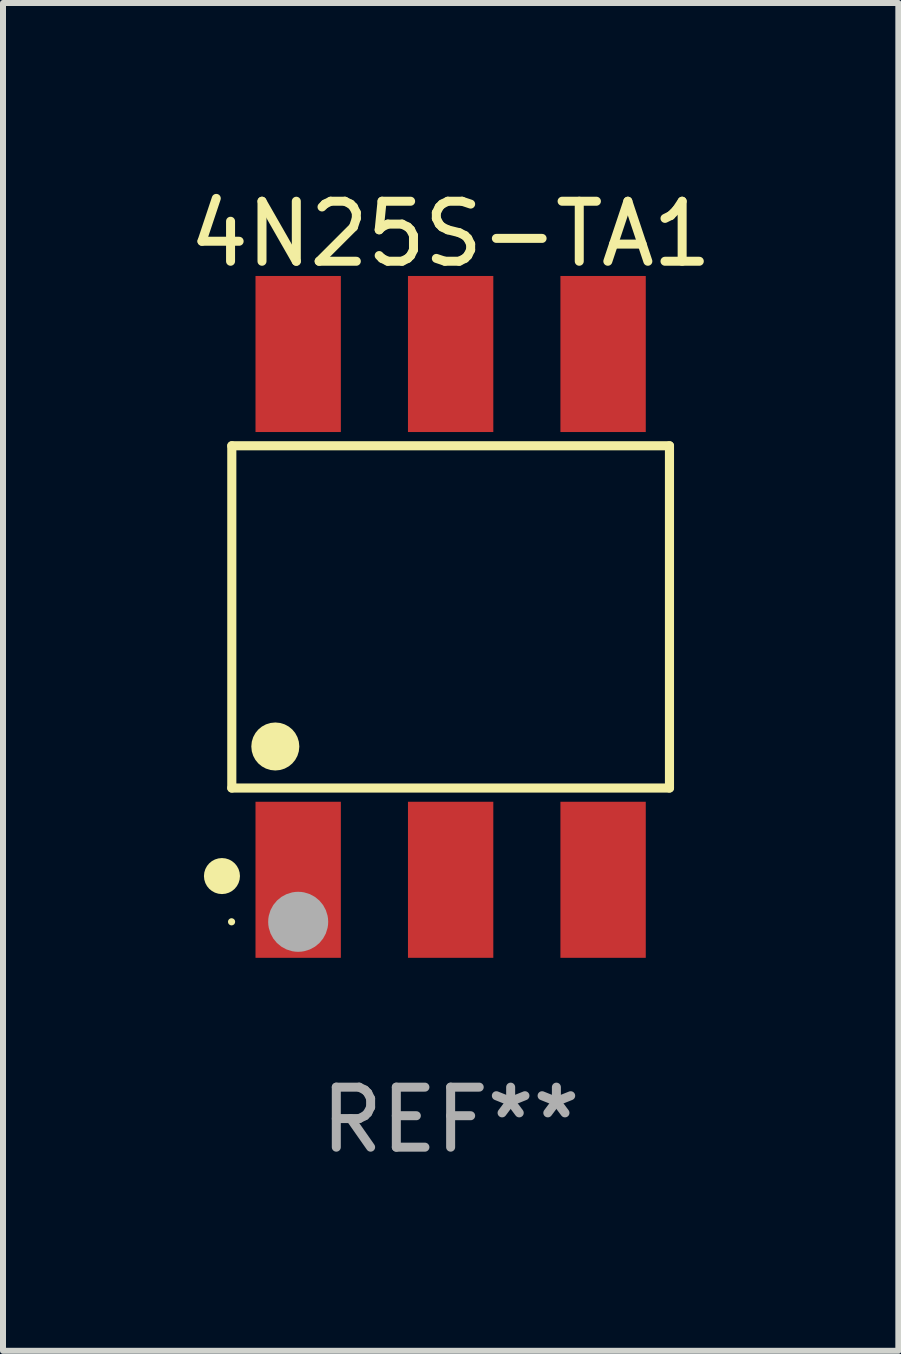
<source format=kicad_pcb>
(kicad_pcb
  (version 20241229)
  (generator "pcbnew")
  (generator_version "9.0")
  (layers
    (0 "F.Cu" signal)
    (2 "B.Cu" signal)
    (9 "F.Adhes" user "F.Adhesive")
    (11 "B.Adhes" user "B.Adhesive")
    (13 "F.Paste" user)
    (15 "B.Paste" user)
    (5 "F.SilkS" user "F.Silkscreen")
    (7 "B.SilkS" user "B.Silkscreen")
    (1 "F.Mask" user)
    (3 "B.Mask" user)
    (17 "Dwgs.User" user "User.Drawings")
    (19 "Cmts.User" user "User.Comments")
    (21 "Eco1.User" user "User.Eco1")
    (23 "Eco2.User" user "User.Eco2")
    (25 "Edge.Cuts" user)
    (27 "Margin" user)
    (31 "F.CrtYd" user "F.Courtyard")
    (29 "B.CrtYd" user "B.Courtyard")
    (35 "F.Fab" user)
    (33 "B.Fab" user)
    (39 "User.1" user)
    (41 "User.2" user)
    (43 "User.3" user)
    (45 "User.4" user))
  (footprint "4N25S-TA1"
    (layer "F.Cu")
    (at 4.458 7.228)
    (property "Reference" "4N25S-TA1" (at 0 -6.38 0) (layer "F.SilkS") (effects (font (size 1 1) (thickness 0.15))))
    (attr through_hole)
    (fp_line (start -3.646 -2.851) (end 3.646 -2.851) (stroke (width 0.152) (type solid)) (layer "F.SilkS"))
    (fp_line (start -3.646 2.851) (end -3.646 -2.851) (stroke (width 0.152) (type solid)) (layer "F.SilkS"))
    (fp_line (start 3.646 -2.851) (end 3.646 2.851) (stroke (width 0.152) (type solid)) (layer "F.SilkS"))
    (fp_line (start 3.646 2.851) (end -3.646 2.851) (stroke (width 0.152) (type solid)) (layer "F.SilkS"))
    (fp_circle (center -3.81 4.318) (end -3.66 4.318) (stroke (width 0.3) (type solid)) (fill no) (layer "F.SilkS"))
    (fp_circle (center -3.65 5.08) (end -3.62 5.08) (stroke (width 0.06) (type solid)) (fill no) (layer "F.SilkS"))
    (fp_circle (center -2.921 2.159) (end -2.721 2.159) (stroke (width 0.4) (type solid)) (fill no) (layer "F.SilkS"))
    (fp_circle (center -2.54 5.08) (end -2.29 5.08) (stroke (width 0.5) (type solid)) (fill no) (layer "F.Fab"))
    (fp_text user "REF**" (at 0 8.38 0) (layer "F.Fab") (effects (font (size 1 1) (thickness 0.15))))
    (pad "1" smd rect (at -2.54 4.38) (size 1.422 2.6) (layers "F.Cu" "F.Mask" "F.Paste"))
    (pad "2" smd rect (at 0 4.38) (size 1.422 2.6) (layers "F.Cu" "F.Mask" "F.Paste"))
    (pad "3" smd rect (at 2.54 4.38) (size 1.422 2.6) (layers "F.Cu" "F.Mask" "F.Paste"))
    (pad "4" smd rect (at 2.54 -4.38) (size 1.422 2.6) (layers "F.Cu" "F.Mask" "F.Paste"))
    (pad "5" smd rect (at 0 -4.38) (size 1.422 2.6) (layers "F.Cu" "F.Mask" "F.Paste"))
    (pad "6" smd rect (at -2.54 -4.38) (size 1.422 2.6) (layers "F.Cu" "F.Mask" "F.Paste")))
  (gr_rect
    (start -3 -3)
    (end 11.917 19.456)
    (stroke (width 0.1) (type default))
    (fill no)
    (layer "Edge.Cuts")))
</source>
